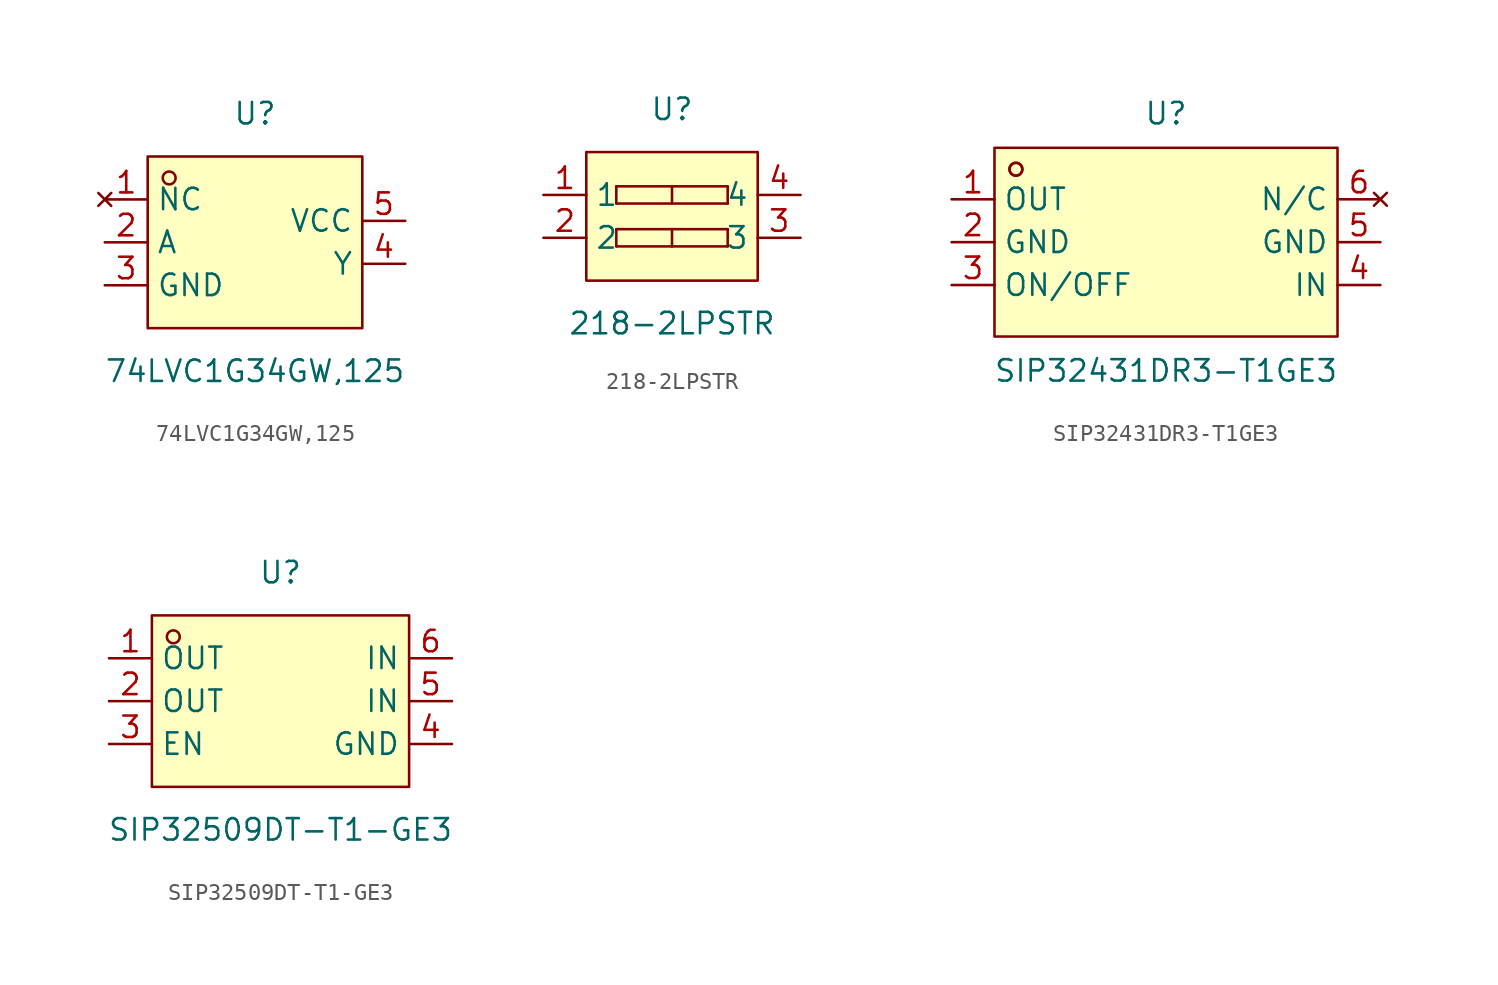
<source format=kicad_sym>
(kicad_symbol_lib
  (version 20231120)
  (generator "kicad_symbol_editor")
  (generator_version "8.0")
  (symbol "74LVC1G34GW,125"
    (property "Reference" "U"
      (at 0 7.62 0)
      (effects (font (size 1.27 1.27))))
    (property "Value" "74LVC1G34GW,125"
      (at 0 -7.62 0)
      (effects (font (size 1.27 1.27))))
    (symbol "74LVC1G34GW,125_0_1"
      (rectangle (start -6.35 5.08) (end 6.35 -5.08) (stroke (width 0) (type default)) (fill (type background)))
      (circle (center -5.08 3.81) (radius 0.38) (stroke (width 0) (type default)) (fill (type none))))
    (symbol "74LVC1G34GW,125_1_1"
      (pin no_connect line (at -8.89 2.54 0) (length 2.54) (name "NC" (effects (font (size 1.27 1.27)))) (number "1" (effects (font (size 1.27 1.27)))))
      (pin input line (at -8.89 0 0) (length 2.54) (name "A" (effects (font (size 1.27 1.27)))) (number "2" (effects (font (size 1.27 1.27)))))
      (pin power_in line (at -8.89 -2.54 0) (length 2.54) (name "GND" (effects (font (size 1.27 1.27)))) (number "3" (effects (font (size 1.27 1.27)))))
      (pin output line (at 8.89 -1.27 180) (length 2.54) (name "Y" (effects (font (size 1.27 1.27)))) (number "4" (effects (font (size 1.27 1.27)))))
      (pin power_in line (at 8.89 1.27 180) (length 2.54) (name "VCC" (effects (font (size 1.27 1.27)))) (number "5" (effects (font (size 1.27 1.27)))))))
  (symbol "218-2LPSTR"
    (property "Reference" "U"
      (at 0 7.62 0)
      (effects (font (size 1.27 1.27))))
    (property "Value" "218-2LPSTR"
      (at 0 -5.08 0)
      (effects (font (size 1.27 1.27))))
    (symbol "218-2LPSTR_0_1"
      (rectangle (start -5.08 5.08) (end 5.08 -2.54) (stroke (width 0) (type default)) (fill (type background)))
      (polyline (pts (xy -3.3 -0.51) (xy -3.3 0.51)) (stroke (width 0) (type default)) (fill (type none)))
      (polyline (pts (xy -3.3 0.51) (xy 3.3 0.51)) (stroke (width 0) (type default)) (fill (type none)))
      (polyline (pts (xy -3.3 2.03) (xy -3.3 3.05)) (stroke (width 0) (type default)) (fill (type none)))
      (polyline (pts (xy -3.3 3.05) (xy 3.3 3.05)) (stroke (width 0) (type default)) (fill (type none)))
      (polyline (pts (xy 0 0.51) (xy 0 -0.51)) (stroke (width 0) (type default)) (fill (type none)))
      (polyline (pts (xy 0 3.05) (xy 0 2.03)) (stroke (width 0) (type default)) (fill (type none)))
      (polyline (pts (xy 3.3 -0.51) (xy -3.3 -0.51)) (stroke (width 0) (type default)) (fill (type none)))
      (polyline (pts (xy 3.3 0.51) (xy 3.3 -0.51)) (stroke (width 0) (type default)) (fill (type none)))
      (polyline (pts (xy 3.3 2.03) (xy -3.3 2.03)) (stroke (width 0) (type default)) (fill (type none)))
      (polyline (pts (xy 3.3 3.05) (xy 3.3 2.03)) (stroke (width 0) (type default)) (fill (type none)))
      (pin input line (at -7.62 2.54 0) (length 2.54) (name "1" (effects (font (size 1.27 1.27)))) (number "1" (effects (font (size 1.27 1.27)))))
      (pin input line (at -7.62 0 0) (length 2.54) (name "2" (effects (font (size 1.27 1.27)))) (number "2" (effects (font (size 1.27 1.27)))))
      (pin input line (at 7.62 0 180) (length 2.54) (name "3" (effects (font (size 1.27 1.27)))) (number "3" (effects (font (size 1.27 1.27)))))
      (pin input line (at 7.62 2.54 180) (length 2.54) (name "4" (effects (font (size 1.27 1.27)))) (number "4" (effects (font (size 1.27 1.27)))))))
  (symbol "SIP32431DR3-T1GE3"
    (property "Reference" "U"
      (at 0 7.62 0)
      (effects (font (size 1.27 1.27))))
    (property "Value" "SIP32431DR3-T1GE3"
      (at 0 -7.62 0)
      (effects (font (size 1.27 1.27))))
    (symbol "SIP32431DR3-T1GE3_0_1"
      (rectangle (start -10.16 5.59) (end 10.16 -5.59) (stroke (width 0) (type default)) (fill (type background)))
      (circle (center -8.89 4.32) (radius 0.38) (stroke (width 0) (type default)) (fill (type none)))
      (circle (center -8.89 4.32) (radius 0.38) (stroke (width 0) (type default)) (fill (type none))))
    (symbol "SIP32431DR3-T1GE3_1_1"
      (pin power_out line (at -12.7 2.54 0) (length 2.54) (name "OUT" (effects (font (size 1.27 1.27)))) (number "1" (effects (font (size 1.27 1.27)))))
      (pin power_in line (at -12.7 0 0) (length 2.54) (name "GND" (effects (font (size 1.27 1.27)))) (number "2" (effects (font (size 1.27 1.27)))))
      (pin input line (at -12.7 -2.54 0) (length 2.54) (name "ON/OFF" (effects (font (size 1.27 1.27)))) (number "3" (effects (font (size 1.27 1.27)))))
      (pin power_in line (at 12.7 -2.54 180) (length 2.54) (name "IN" (effects (font (size 1.27 1.27)))) (number "4" (effects (font (size 1.27 1.27)))))
      (pin power_in line (at 12.7 0 180) (length 2.54) (name "GND" (effects (font (size 1.27 1.27)))) (number "5" (effects (font (size 1.27 1.27)))))
      (pin no_connect line (at 12.7 2.54 180) (length 2.54) (name "N/C" (effects (font (size 1.27 1.27)))) (number "6" (effects (font (size 1.27 1.27)))))))
  (symbol "SIP32509DT-T1-GE3"
    (property "Reference" "U"
      (at 0 7.62 0)
      (effects (font (size 1.27 1.27))))
    (property "Value" "SIP32509DT-T1-GE3"
      (at 0 -7.62 0)
      (effects (font (size 1.27 1.27))))
    (symbol "SIP32509DT-T1-GE3_0_1"
      (rectangle (start -7.62 5.08) (end 7.62 -5.08) (stroke (width 0) (type default)) (fill (type background)))
      (circle (center -6.35 3.81) (radius 0.38) (stroke (width 0) (type default)) (fill (type none)))
      (pin unspecified line (at -10.16 2.54 0) (length 2.54) (name "OUT" (effects (font (size 1.27 1.27)))) (number "1" (effects (font (size 1.27 1.27)))))
      (pin unspecified line (at -10.16 0 0) (length 2.54) (name "OUT" (effects (font (size 1.27 1.27)))) (number "2" (effects (font (size 1.27 1.27)))))
      (pin unspecified line (at -10.16 -2.54 0) (length 2.54) (name "EN" (effects (font (size 1.27 1.27)))) (number "3" (effects (font (size 1.27 1.27)))))
      (pin unspecified line (at 10.16 -2.54 180) (length 2.54) (name "GND" (effects (font (size 1.27 1.27)))) (number "4" (effects (font (size 1.27 1.27)))))
      (pin unspecified line (at 10.16 0 180) (length 2.54) (name "IN" (effects (font (size 1.27 1.27)))) (number "5" (effects (font (size 1.27 1.27)))))
      (pin unspecified line (at 10.16 2.54 180) (length 2.54) (name "IN" (effects (font (size 1.27 1.27)))) (number "6" (effects (font (size 1.27 1.27))))))))
</source>
